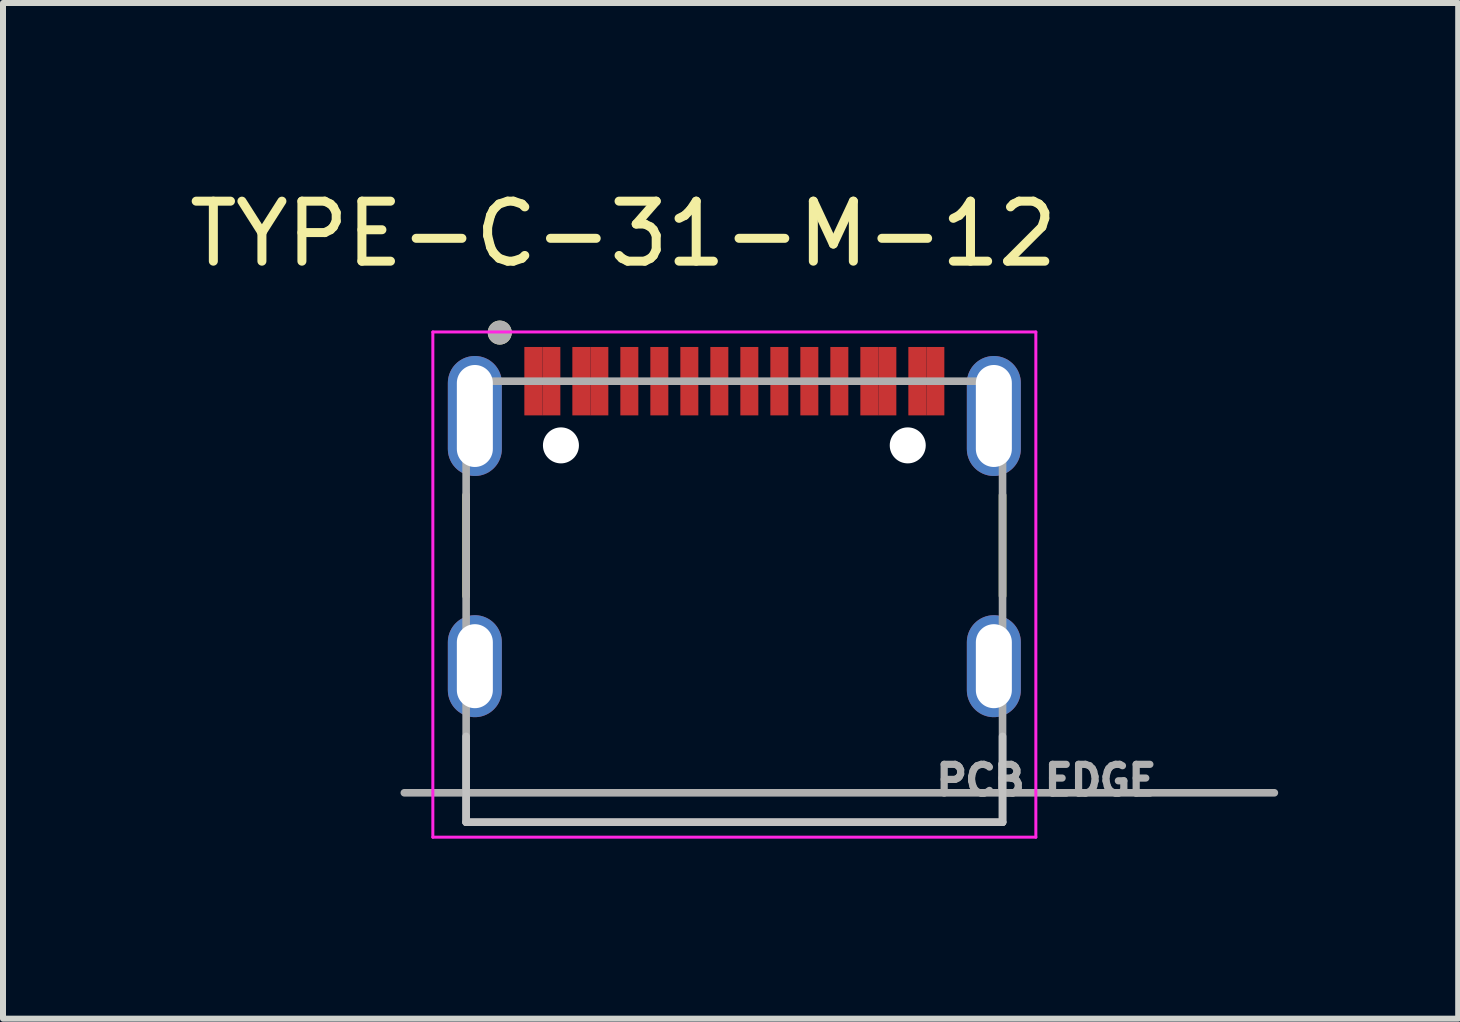
<source format=kicad_pcb>
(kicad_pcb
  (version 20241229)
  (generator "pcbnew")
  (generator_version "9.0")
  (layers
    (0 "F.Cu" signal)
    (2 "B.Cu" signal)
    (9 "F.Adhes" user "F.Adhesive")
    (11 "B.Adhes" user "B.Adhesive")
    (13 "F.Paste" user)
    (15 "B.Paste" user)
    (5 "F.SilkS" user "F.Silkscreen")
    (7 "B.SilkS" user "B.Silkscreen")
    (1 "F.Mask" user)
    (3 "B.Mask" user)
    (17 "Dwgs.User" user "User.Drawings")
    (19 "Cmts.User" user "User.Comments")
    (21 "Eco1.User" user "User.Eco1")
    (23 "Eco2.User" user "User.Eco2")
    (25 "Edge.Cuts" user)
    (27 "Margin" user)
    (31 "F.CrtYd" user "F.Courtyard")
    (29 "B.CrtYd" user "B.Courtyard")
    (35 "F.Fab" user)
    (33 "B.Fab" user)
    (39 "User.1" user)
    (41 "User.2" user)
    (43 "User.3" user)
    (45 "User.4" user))
  (footprint "TYPE-C-31-M-12"
    (layer "F.Cu")
    (at 9.189 8.053)
    (property "Reference" "TYPE-C-31-M-12" (at -1.85 -7.205 0) (layer "F.SilkS") (effects (font (size 1 1) (thickness 0.15))))
    (attr through_hole)
    (fp_poly (pts (xy -3.55 -5.37) (xy -2.85 -5.37) (xy -2.85 -4.13) (xy -3.55 -4.13)) (stroke (width 0.01) (type solid)) (fill yes) (layer "F.Mask"))
    (fp_poly (pts (xy -2.75 -5.37) (xy -2.05 -5.37) (xy -2.05 -4.13) (xy -2.75 -4.13)) (stroke (width 0.01) (type solid)) (fill yes) (layer "F.Mask"))
    (fp_poly (pts (xy -1.95 -5.37) (xy -1.55 -5.37) (xy -1.55 -4.13) (xy -1.95 -4.13)) (stroke (width 0.01) (type solid)) (fill yes) (layer "F.Mask"))
    (fp_poly (pts (xy -1.45 -5.37) (xy -1.05 -5.37) (xy -1.05 -4.13) (xy -1.45 -4.13)) (stroke (width 0.01) (type solid)) (fill yes) (layer "F.Mask"))
    (fp_poly (pts (xy -0.95 -5.37) (xy -0.55 -5.37) (xy -0.55 -4.13) (xy -0.95 -4.13)) (stroke (width 0.01) (type solid)) (fill yes) (layer "F.Mask"))
    (fp_poly (pts (xy -0.45 -5.37) (xy -0.05 -5.37) (xy -0.05 -4.13) (xy -0.45 -4.13)) (stroke (width 0.01) (type solid)) (fill yes) (layer "F.Mask"))
    (fp_poly (pts (xy 0.05 -5.37) (xy 0.45 -5.37) (xy 0.45 -4.13) (xy 0.05 -4.13)) (stroke (width 0.01) (type solid)) (fill yes) (layer "F.Mask"))
    (fp_poly (pts (xy 0.55 -5.37) (xy 0.95 -5.37) (xy 0.95 -4.13) (xy 0.55 -4.13)) (stroke (width 0.01) (type solid)) (fill yes) (layer "F.Mask"))
    (fp_poly (pts (xy 1.05 -5.37) (xy 1.45 -5.37) (xy 1.45 -4.13) (xy 1.05 -4.13)) (stroke (width 0.01) (type solid)) (fill yes) (layer "F.Mask"))
    (fp_poly (pts (xy 1.55 -5.37) (xy 1.95 -5.37) (xy 1.95 -4.13) (xy 1.55 -4.13)) (stroke (width 0.01) (type solid)) (fill yes) (layer "F.Mask"))
    (fp_poly (pts (xy 2.05 -5.37) (xy 2.75 -5.37) (xy 2.75 -4.13) (xy 2.05 -4.13)) (stroke (width 0.01) (type solid)) (fill yes) (layer "F.Mask"))
    (fp_poly (pts (xy 2.85 -5.37) (xy 3.55 -5.37) (xy 3.55 -4.13) (xy 2.85 -4.13)) (stroke (width 0.01) (type solid)) (fill yes) (layer "F.Mask"))
    (fp_line (start -4.47 -2.85) (end -4.47 -1.17) (stroke (width 0.127) (type solid)) (layer "F.SilkS"))
    (fp_line (start 4.47 -2.85) (end 4.47 -1.17) (stroke (width 0.127) (type solid)) (layer "F.SilkS"))
    (fp_circle (center -3.91 -5.56) (end -3.81 -5.56) (stroke (width 0.2) (type solid)) (fill no) (layer "F.SilkS"))
    (fp_line (start -4.47 2.6) (end -4.47 1.17) (stroke (width 0.127) (type solid)) (layer "Dwgs.User"))
    (fp_line (start -4.47 2.6) (end 4.47 2.6) (stroke (width 0.127) (type solid)) (layer "Dwgs.User"))
    (fp_line (start 4.47 2.6) (end 4.47 1.17) (stroke (width 0.127) (type solid)) (layer "Dwgs.User"))
    (fp_line (start -5.025 -5.57) (end -5.025 2.85) (stroke (width 0.05) (type solid)) (layer "F.CrtYd"))
    (fp_line (start -5.025 2.85) (end 5.025 2.85) (stroke (width 0.05) (type solid)) (layer "F.CrtYd"))
    (fp_line (start 5.025 -5.57) (end -5.025 -5.57) (stroke (width 0.05) (type solid)) (layer "F.CrtYd"))
    (fp_line (start 5.025 2.85) (end 5.025 -5.57) (stroke (width 0.05) (type solid)) (layer "F.CrtYd"))
    (fp_line (start -5.5 2.11) (end 9 2.11) (stroke (width 0.127) (type solid)) (layer "F.Fab"))
    (fp_line (start -4.47 -4.75) (end -4.47 2.6) (stroke (width 0.127) (type solid)) (layer "F.Fab"))
    (fp_line (start -4.47 2.6) (end 4.47 2.6) (stroke (width 0.127) (type solid)) (layer "F.Fab"))
    (fp_line (start 4.47 -4.75) (end -4.47 -4.75) (stroke (width 0.127) (type solid)) (layer "F.Fab"))
    (fp_line (start 4.47 2.6) (end 4.47 -4.75) (stroke (width 0.127) (type solid)) (layer "F.Fab"))
    (fp_circle (center -3.91 -5.56) (end -3.81 -5.56) (stroke (width 0.2) (type solid)) (fill no) (layer "F.Fab"))
    (fp_text user "PCB EDGE" (at 5.2 1.9 0) (layer "F.Fab") (effects (font (size 0.48 0.48) (thickness 0.15))))
    (pad "" np_thru_hole circle (at -2.89 -3.68) (size 0.6 0.6) (drill 0.6) (layers "*.Cu" "*.Mask"))
    (pad "" np_thru_hole circle (at 2.89 -3.68) (size 0.6 0.6) (drill 0.6) (layers "*.Cu" "*.Mask"))
    (pad "A1" smd rect (at -3.35 -4.75) (size 0.3 1.14) (layers "F.Cu" "F.Paste"))
    (pad "A4" smd rect (at -2.55 -4.75) (size 0.3 1.14) (layers "F.Cu" "F.Paste"))
    (pad "A5" smd rect (at -1.25 -4.75) (size 0.3 1.14) (layers "F.Cu" "F.Paste"))
    (pad "A6" smd rect (at -0.25 -4.75) (size 0.3 1.14) (layers "F.Cu" "F.Paste"))
    (pad "A7" smd rect (at 0.25 -4.75) (size 0.3 1.14) (layers "F.Cu" "F.Paste"))
    (pad "A8" smd rect (at 1.25 -4.75) (size 0.3 1.14) (layers "F.Cu" "F.Paste"))
    (pad "A9" smd rect (at 2.55 -4.75) (size 0.3 1.14) (layers "F.Cu" "F.Paste"))
    (pad "A12" smd rect (at 3.35 -4.75) (size 0.3 1.14) (layers "F.Cu" "F.Paste"))
    (pad "B1" smd rect (at 3.05 -4.75) (size 0.3 1.14) (layers "F.Cu" "F.Paste"))
    (pad "B4" smd rect (at 2.25 -4.75) (size 0.3 1.14) (layers "F.Cu" "F.Paste"))
    (pad "B5" smd rect (at 1.75 -4.75) (size 0.3 1.14) (layers "F.Cu" "F.Paste"))
    (pad "B6" smd rect (at 0.75 -4.75) (size 0.3 1.14) (layers "F.Cu" "F.Paste"))
    (pad "B7" smd rect (at -0.75 -4.75) (size 0.3 1.14) (layers "F.Cu" "F.Paste"))
    (pad "B8" smd rect (at -1.75 -4.75) (size 0.3 1.14) (layers "F.Cu" "F.Paste"))
    (pad "B9" smd rect (at -2.25 -4.75) (size 0.3 1.14) (layers "F.Cu" "F.Paste"))
    (pad "B12" smd rect (at -3.05 -4.75) (size 0.3 1.14) (layers "F.Cu" "F.Paste"))
    (pad "S1" thru_hole oval (at -4.325 -4.17) (size 0.9 2) (drill oval 0.6 1.7) (layers "*.Cu" "*.Mask"))
    (pad "S2" thru_hole oval (at 4.325 -4.17) (size 0.9 2) (drill oval 0.6 1.7) (layers "*.Cu" "*.Mask"))
    (pad "S3" thru_hole oval (at -4.325 0) (size 0.9 1.7) (drill oval 0.6 1.4) (layers "*.Cu" "*.Mask"))
    (pad "S4" thru_hole oval (at 4.325 0) (size 0.9 1.7) (drill oval 0.6 1.4) (layers "*.Cu" "*.Mask")))
  (gr_rect
    (start -3 -3)
    (end 21.253 13.928)
    (stroke (width 0.1) (type default))
    (fill no)
    (layer "Edge.Cuts")))
</source>
